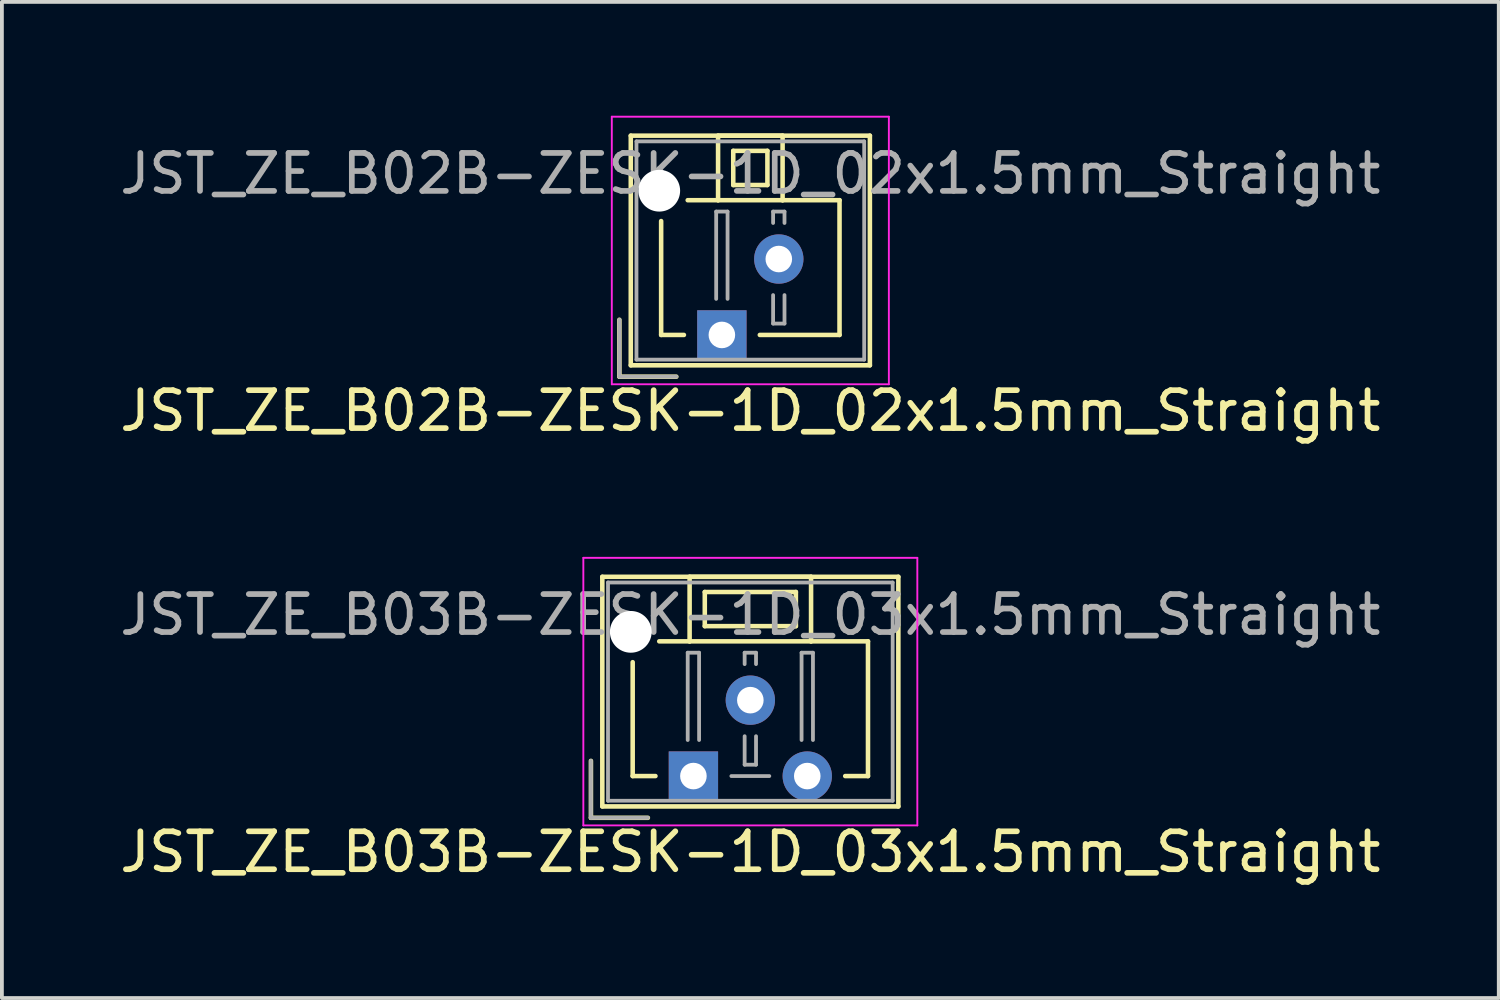
<source format=kicad_pcb>
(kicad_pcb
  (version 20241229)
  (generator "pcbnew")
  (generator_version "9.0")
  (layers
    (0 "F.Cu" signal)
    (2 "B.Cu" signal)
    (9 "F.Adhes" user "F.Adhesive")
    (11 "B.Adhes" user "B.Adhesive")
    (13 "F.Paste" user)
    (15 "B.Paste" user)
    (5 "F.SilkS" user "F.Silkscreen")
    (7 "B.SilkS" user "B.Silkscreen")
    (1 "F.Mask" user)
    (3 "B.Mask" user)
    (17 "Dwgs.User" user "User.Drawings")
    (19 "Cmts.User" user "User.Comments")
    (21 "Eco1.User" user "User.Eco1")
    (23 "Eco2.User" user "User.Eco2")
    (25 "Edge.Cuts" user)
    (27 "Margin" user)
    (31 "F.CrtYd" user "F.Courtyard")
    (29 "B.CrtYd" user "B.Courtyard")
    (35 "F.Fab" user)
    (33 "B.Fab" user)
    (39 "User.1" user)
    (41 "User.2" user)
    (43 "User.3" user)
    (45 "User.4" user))
  (footprint "JST_ZE_B02B-ZESK-1D_02x1.5mm_Straight"
    (layer "F.Cu")
    (at 15.97 5.775)
    (property "Reference" "JST_ZE_B02B-ZESK-1D_02x1.5mm_Straight" (at 0.75 2 0) (layer "F.SilkS") (effects (font (size 1 1) (thickness 0.15))))
    (attr through_hole)
    (fp_line (start -2.7 -0.4) (end -2.7 1.1) (stroke (width 0.12) (type solid)) (layer "F.SilkS"))
    (fp_line (start -2.7 1.1) (end -1.2 1.1) (stroke (width 0.12) (type solid)) (layer "F.SilkS"))
    (fp_line (start -2.4 -5.25) (end -2.4 0.8) (stroke (width 0.12) (type solid)) (layer "F.SilkS"))
    (fp_line (start -2.4 0.8) (end 3.9 0.8) (stroke (width 0.12) (type solid)) (layer "F.SilkS"))
    (fp_line (start -1.6 -3) (end -1.6 0) (stroke (width 0.12) (type solid)) (layer "F.SilkS"))
    (fp_line (start -1.6 0) (end -1 0) (stroke (width 0.12) (type solid)) (layer "F.SilkS"))
    (fp_line (start -0.1 -5.25) (end -0.1 -3.55) (stroke (width 0.12) (type solid)) (layer "F.SilkS"))
    (fp_line (start -0.1 -3.55) (end -0.9 -3.55) (stroke (width 0.12) (type solid)) (layer "F.SilkS"))
    (fp_line (start -0.1 -3.55) (end 1.6 -3.55) (stroke (width 0.12) (type solid)) (layer "F.SilkS"))
    (fp_line (start 0.3 -4.85) (end 0.3 -3.95) (stroke (width 0.12) (type solid)) (layer "F.SilkS"))
    (fp_line (start 0.3 -3.95) (end 1.2 -3.95) (stroke (width 0.12) (type solid)) (layer "F.SilkS"))
    (fp_line (start 1.2 -4.85) (end 0.3 -4.85) (stroke (width 0.12) (type solid)) (layer "F.SilkS"))
    (fp_line (start 1.2 -3.95) (end 1.2 -4.85) (stroke (width 0.12) (type solid)) (layer "F.SilkS"))
    (fp_line (start 1.6 -5.25) (end -0.1 -5.25) (stroke (width 0.12) (type solid)) (layer "F.SilkS"))
    (fp_line (start 1.6 -3.55) (end 1.6 -5.25) (stroke (width 0.12) (type solid)) (layer "F.SilkS"))
    (fp_line (start 1.6 -3.55) (end 3.1 -3.55) (stroke (width 0.12) (type solid)) (layer "F.SilkS"))
    (fp_line (start 3.1 -3.55) (end 3.1 0) (stroke (width 0.12) (type solid)) (layer "F.SilkS"))
    (fp_line (start 3.1 0) (end 1 0) (stroke (width 0.12) (type solid)) (layer "F.SilkS"))
    (fp_line (start 3.9 -5.25) (end -2.4 -5.25) (stroke (width 0.12) (type solid)) (layer "F.SilkS"))
    (fp_line (start 3.9 0.8) (end 3.9 -5.25) (stroke (width 0.12) (type solid)) (layer "F.SilkS"))
    (fp_line (start -2.9 -5.75) (end -2.9 1.3) (stroke (width 0.05) (type solid)) (layer "F.CrtYd"))
    (fp_line (start -2.9 1.3) (end 4.4 1.3) (stroke (width 0.05) (type solid)) (layer "F.CrtYd"))
    (fp_line (start 4.4 -5.75) (end -2.9 -5.75) (stroke (width 0.05) (type solid)) (layer "F.CrtYd"))
    (fp_line (start 4.4 1.3) (end 4.4 -5.75) (stroke (width 0.05) (type solid)) (layer "F.CrtYd"))
    (fp_line (start -2.7 -0.4) (end -2.7 1.1) (stroke (width 0.1) (type solid)) (layer "F.Fab"))
    (fp_line (start -2.7 1.1) (end -1.2 1.1) (stroke (width 0.1) (type solid)) (layer "F.Fab"))
    (fp_line (start -2.25 -5.1) (end -2.25 0.65) (stroke (width 0.1) (type solid)) (layer "F.Fab"))
    (fp_line (start -2.25 0.65) (end 3.75 0.65) (stroke (width 0.1) (type solid)) (layer "F.Fab"))
    (fp_line (start -0.15 -3.25) (end 0.15 -3.25) (stroke (width 0.1) (type solid)) (layer "F.Fab"))
    (fp_line (start -0.15 -0.95) (end -0.15 -3.25) (stroke (width 0.1) (type solid)) (layer "F.Fab"))
    (fp_line (start 0.15 -3.25) (end 0.15 -0.95) (stroke (width 0.1) (type solid)) (layer "F.Fab"))
    (fp_line (start 1.35 -3.25) (end 1.65 -3.25) (stroke (width 0.1) (type solid)) (layer "F.Fab"))
    (fp_line (start 1.35 -2.95) (end 1.35 -3.25) (stroke (width 0.1) (type solid)) (layer "F.Fab"))
    (fp_line (start 1.35 -1.05) (end 1.35 -0.3) (stroke (width 0.1) (type solid)) (layer "F.Fab"))
    (fp_line (start 1.35 -0.3) (end 1.65 -0.3) (stroke (width 0.1) (type solid)) (layer "F.Fab"))
    (fp_line (start 1.65 -3.25) (end 1.65 -2.95) (stroke (width 0.1) (type solid)) (layer "F.Fab"))
    (fp_line (start 1.65 -0.3) (end 1.65 -1.05) (stroke (width 0.1) (type solid)) (layer "F.Fab"))
    (fp_line (start 3.75 -5.1) (end -2.25 -5.1) (stroke (width 0.1) (type solid)) (layer "F.Fab"))
    (fp_line (start 3.75 0.65) (end 3.75 -5.1) (stroke (width 0.1) (type solid)) (layer "F.Fab"))
    (fp_text user "${REFERENCE}" (at 0.75 -4.25 0) (layer "F.Fab") (effects (font (size 1 1) (thickness 0.15))))
    (pad "" np_thru_hole circle (at -1.65 -3.8) (size 1.1 1.1) (drill 1.1) (layers "*.Cu"))
    (pad "1" thru_hole rect (at 0 0) (size 1.3 1.3) (drill 0.7) (layers "*.Cu" "*.Mask"))
    (pad "2" thru_hole circle (at 1.5 -2) (size 1.3 1.3) (drill 0.7) (layers "*.Cu" "*.Mask")))
  (footprint "JST_ZE_B03B-ZESK-1D_03x1.5mm_Straight"
    (layer "F.Cu")
    (at 15.22 17.398)
    (property "Reference" "JST_ZE_B03B-ZESK-1D_03x1.5mm_Straight" (at 1.5 2 0) (layer "F.SilkS") (effects (font (size 1 1) (thickness 0.15))))
    (attr through_hole)
    (fp_line (start -2.7 -0.4) (end -2.7 1.1) (stroke (width 0.12) (type solid)) (layer "F.SilkS"))
    (fp_line (start -2.7 1.1) (end -1.2 1.1) (stroke (width 0.12) (type solid)) (layer "F.SilkS"))
    (fp_line (start -2.4 -5.25) (end -2.4 0.8) (stroke (width 0.12) (type solid)) (layer "F.SilkS"))
    (fp_line (start -2.4 0.8) (end 5.4 0.8) (stroke (width 0.12) (type solid)) (layer "F.SilkS"))
    (fp_line (start -1.6 -3) (end -1.6 0) (stroke (width 0.12) (type solid)) (layer "F.SilkS"))
    (fp_line (start -1.6 0) (end -1 0) (stroke (width 0.12) (type solid)) (layer "F.SilkS"))
    (fp_line (start -0.1 -5.25) (end -0.1 -3.55) (stroke (width 0.12) (type solid)) (layer "F.SilkS"))
    (fp_line (start -0.1 -3.55) (end -0.9 -3.55) (stroke (width 0.12) (type solid)) (layer "F.SilkS"))
    (fp_line (start -0.1 -3.55) (end 3.1 -3.55) (stroke (width 0.12) (type solid)) (layer "F.SilkS"))
    (fp_line (start 0.3 -4.85) (end 0.3 -3.95) (stroke (width 0.12) (type solid)) (layer "F.SilkS"))
    (fp_line (start 0.3 -3.95) (end 2.7 -3.95) (stroke (width 0.12) (type solid)) (layer "F.SilkS"))
    (fp_line (start 2.7 -4.85) (end 0.3 -4.85) (stroke (width 0.12) (type solid)) (layer "F.SilkS"))
    (fp_line (start 2.7 -3.95) (end 2.7 -4.85) (stroke (width 0.12) (type solid)) (layer "F.SilkS"))
    (fp_line (start 3.1 -5.25) (end -0.1 -5.25) (stroke (width 0.12) (type solid)) (layer "F.SilkS"))
    (fp_line (start 3.1 -3.55) (end 3.1 -5.25) (stroke (width 0.12) (type solid)) (layer "F.SilkS"))
    (fp_line (start 3.1 -3.55) (end 4.6 -3.55) (stroke (width 0.12) (type solid)) (layer "F.SilkS"))
    (fp_line (start 4.6 -3.55) (end 4.6 0) (stroke (width 0.12) (type solid)) (layer "F.SilkS"))
    (fp_line (start 4.6 0) (end 4 0) (stroke (width 0.12) (type solid)) (layer "F.SilkS"))
    (fp_line (start 5.4 -5.25) (end -2.4 -5.25) (stroke (width 0.12) (type solid)) (layer "F.SilkS"))
    (fp_line (start 5.4 0.8) (end 5.4 -5.25) (stroke (width 0.12) (type solid)) (layer "F.SilkS"))
    (fp_line (start -2.9 -5.75) (end -2.9 1.3) (stroke (width 0.05) (type solid)) (layer "F.CrtYd"))
    (fp_line (start -2.9 1.3) (end 5.9 1.3) (stroke (width 0.05) (type solid)) (layer "F.CrtYd"))
    (fp_line (start 5.9 -5.75) (end -2.9 -5.75) (stroke (width 0.05) (type solid)) (layer "F.CrtYd"))
    (fp_line (start 5.9 1.3) (end 5.9 -5.75) (stroke (width 0.05) (type solid)) (layer "F.CrtYd"))
    (fp_line (start -2.7 -0.4) (end -2.7 1.1) (stroke (width 0.1) (type solid)) (layer "F.Fab"))
    (fp_line (start -2.7 1.1) (end -1.2 1.1) (stroke (width 0.1) (type solid)) (layer "F.Fab"))
    (fp_line (start -2.25 -5.1) (end -2.25 0.65) (stroke (width 0.1) (type solid)) (layer "F.Fab"))
    (fp_line (start -2.25 0.65) (end 5.25 0.65) (stroke (width 0.1) (type solid)) (layer "F.Fab"))
    (fp_line (start -0.15 -3.25) (end 0.15 -3.25) (stroke (width 0.1) (type solid)) (layer "F.Fab"))
    (fp_line (start -0.15 -0.95) (end -0.15 -3.25) (stroke (width 0.1) (type solid)) (layer "F.Fab"))
    (fp_line (start 0.15 -3.25) (end 0.15 -0.95) (stroke (width 0.1) (type solid)) (layer "F.Fab"))
    (fp_line (start 1 0) (end 2 0) (stroke (width 0.1) (type solid)) (layer "F.Fab"))
    (fp_line (start 1.35 -3.25) (end 1.65 -3.25) (stroke (width 0.1) (type solid)) (layer "F.Fab"))
    (fp_line (start 1.35 -2.95) (end 1.35 -3.25) (stroke (width 0.1) (type solid)) (layer "F.Fab"))
    (fp_line (start 1.35 -1.05) (end 1.35 -0.3) (stroke (width 0.1) (type solid)) (layer "F.Fab"))
    (fp_line (start 1.35 -0.3) (end 1.65 -0.3) (stroke (width 0.1) (type solid)) (layer "F.Fab"))
    (fp_line (start 1.65 -3.25) (end 1.65 -2.95) (stroke (width 0.1) (type solid)) (layer "F.Fab"))
    (fp_line (start 1.65 -0.3) (end 1.65 -1.05) (stroke (width 0.1) (type solid)) (layer "F.Fab"))
    (fp_line (start 2.85 -3.25) (end 3.15 -3.25) (stroke (width 0.1) (type solid)) (layer "F.Fab"))
    (fp_line (start 2.85 -0.95) (end 2.85 -3.25) (stroke (width 0.1) (type solid)) (layer "F.Fab"))
    (fp_line (start 3.15 -3.25) (end 3.15 -0.95) (stroke (width 0.1) (type solid)) (layer "F.Fab"))
    (fp_line (start 5.25 -5.1) (end -2.25 -5.1) (stroke (width 0.1) (type solid)) (layer "F.Fab"))
    (fp_line (start 5.25 0.65) (end 5.25 -5.1) (stroke (width 0.1) (type solid)) (layer "F.Fab"))
    (fp_text user "${REFERENCE}" (at 1.5 -4.25 0) (layer "F.Fab") (effects (font (size 1 1) (thickness 0.15))))
    (pad "" np_thru_hole circle (at -1.65 -3.8) (size 1.1 1.1) (drill 1.1) (layers "*.Cu"))
    (pad "1" thru_hole rect (at 0 0) (size 1.3 1.3) (drill 0.7) (layers "*.Cu" "*.Mask"))
    (pad "2" thru_hole circle (at 1.5 -2) (size 1.3 1.3) (drill 0.7) (layers "*.Cu" "*.Mask"))
    (pad "3" thru_hole circle (at 3 0) (size 1.3 1.3) (drill 0.7) (layers "*.Cu" "*.Mask")))
  (gr_rect
    (start -3 -3)
    (end 36.44 23.247)
    (stroke (width 0.1) (type default))
    (fill no)
    (layer "Edge.Cuts")))
</source>
